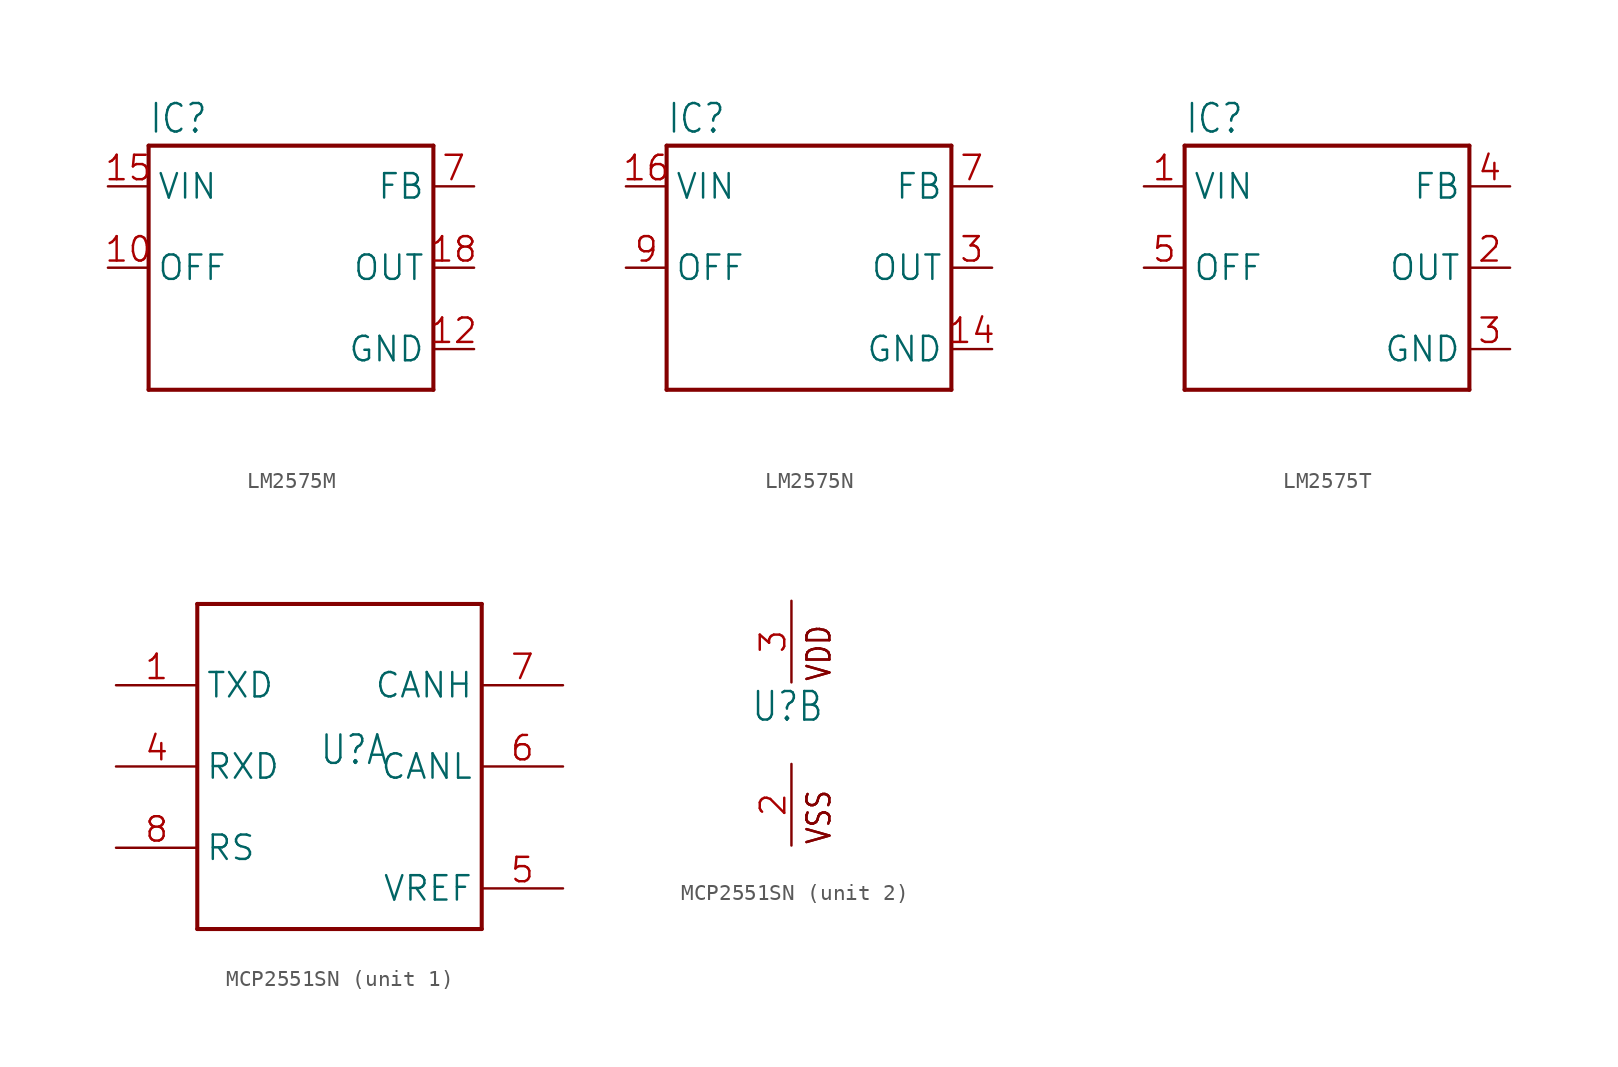
<source format=kicad_sym>
(kicad_symbol_lib
  (version 20241209)
  (generator "kicad_symbol_editor")
  (generator_version "9.0")
  (symbol "LM2575M"
    (property "Reference" "IC"
      (at -7.62 8.28 0)
      (effects (font (size 1.778 1.511)) (justify left bottom)))
    (property "Value" ""
      (at -7.62 -10.16 0)
      (effects (font (size 1.778 1.511)) (justify left bottom)))
    (property "ki_locked" ""
      (at 0 0 0)
      (effects (font (size 1.27 1.27))))
    (symbol "LM2575M_1_0"
      (polyline (pts (xy -7.62 7.62) (xy -7.62 -7.62)) (stroke (width 0.254) (type solid)) (fill (type none)))
      (polyline (pts (xy -7.62 -7.62) (xy 10.16 -7.62)) (stroke (width 0.254) (type solid)) (fill (type none)))
      (polyline (pts (xy 10.16 7.62) (xy -7.62 7.62)) (stroke (width 0.254) (type solid)) (fill (type none)))
      (polyline (pts (xy 10.16 -7.62) (xy 10.16 7.62)) (stroke (width 0.254) (type solid)) (fill (type none)))
      (pin power_in line (at -10.16 5.08 0) (length 2.54) (name "VIN" (effects (font (size 1.524 1.524)))) (number "15" (effects (font (size 1.524 1.524)))))
      (pin input line (at -10.16 0 0) (length 2.54) (name "OFF" (effects (font (size 1.524 1.524)))) (number "10" (effects (font (size 1.524 1.524)))))
      (pin input line (at 12.7 5.08 180) (length 2.54) (name "FB" (effects (font (size 1.524 1.524)))) (number "7" (effects (font (size 1.524 1.524)))))
      (pin output line (at 12.7 0 180) (length 2.54) (name "OUT" (effects (font (size 1.524 1.524)))) (number "18" (effects (font (size 1.524 1.524)))))
      (pin power_in line (at 12.7 -5.08 180) (length 2.54) (name "GND" (effects (font (size 1.524 1.524)))) (number "12" (effects (font (size 1.524 1.524)))))))
  (symbol "LM2575N"
    (property "Reference" "IC"
      (at -7.62 8.28 0)
      (effects (font (size 1.778 1.511)) (justify left bottom)))
    (property "Value" ""
      (at -7.62 -10.16 0)
      (effects (font (size 1.778 1.511)) (justify left bottom)))
    (property "ki_locked" ""
      (at 0 0 0)
      (effects (font (size 1.27 1.27))))
    (symbol "LM2575N_1_0"
      (polyline (pts (xy -7.62 7.62) (xy -7.62 -7.62)) (stroke (width 0.254) (type solid)) (fill (type none)))
      (polyline (pts (xy -7.62 -7.62) (xy 10.16 -7.62)) (stroke (width 0.254) (type solid)) (fill (type none)))
      (polyline (pts (xy 10.16 7.62) (xy -7.62 7.62)) (stroke (width 0.254) (type solid)) (fill (type none)))
      (polyline (pts (xy 10.16 -7.62) (xy 10.16 7.62)) (stroke (width 0.254) (type solid)) (fill (type none)))
      (pin power_in line (at -10.16 5.08 0) (length 2.54) (name "VIN" (effects (font (size 1.524 1.524)))) (number "16" (effects (font (size 1.524 1.524)))))
      (pin input line (at -10.16 0 0) (length 2.54) (name "OFF" (effects (font (size 1.524 1.524)))) (number "9" (effects (font (size 1.524 1.524)))))
      (pin input line (at 12.7 5.08 180) (length 2.54) (name "FB" (effects (font (size 1.524 1.524)))) (number "7" (effects (font (size 1.524 1.524)))))
      (pin output line (at 12.7 0 180) (length 2.54) (name "OUT" (effects (font (size 1.524 1.524)))) (number "3" (effects (font (size 1.524 1.524)))))
      (pin power_in line (at 12.7 -5.08 180) (length 2.54) (name "GND" (effects (font (size 1.524 1.524)))) (number "14" (effects (font (size 1.524 1.524)))))))
  (symbol "LM2575T"
    (property "Reference" "IC"
      (at -7.62 8.28 0)
      (effects (font (size 1.778 1.511)) (justify left bottom)))
    (property "Value" ""
      (at -7.62 -10.16 0)
      (effects (font (size 1.778 1.511)) (justify left bottom)))
    (property "ki_locked" ""
      (at 0 0 0)
      (effects (font (size 1.27 1.27))))
    (symbol "LM2575T_1_0"
      (polyline (pts (xy -7.62 7.62) (xy -7.62 -7.62)) (stroke (width 0.254) (type solid)) (fill (type none)))
      (polyline (pts (xy -7.62 -7.62) (xy 10.16 -7.62)) (stroke (width 0.254) (type solid)) (fill (type none)))
      (polyline (pts (xy 10.16 7.62) (xy -7.62 7.62)) (stroke (width 0.254) (type solid)) (fill (type none)))
      (polyline (pts (xy 10.16 -7.62) (xy 10.16 7.62)) (stroke (width 0.254) (type solid)) (fill (type none)))
      (pin power_in line (at -10.16 5.08 0) (length 2.54) (name "VIN" (effects (font (size 1.524 1.524)))) (number "1" (effects (font (size 1.524 1.524)))))
      (pin input line (at -10.16 0 0) (length 2.54) (name "OFF" (effects (font (size 1.524 1.524)))) (number "5" (effects (font (size 1.524 1.524)))))
      (pin input line (at 12.7 5.08 180) (length 2.54) (name "FB" (effects (font (size 1.524 1.524)))) (number "4" (effects (font (size 1.524 1.524)))))
      (pin output line (at 12.7 0 180) (length 2.54) (name "OUT" (effects (font (size 1.524 1.524)))) (number "2" (effects (font (size 1.524 1.524)))))
      (pin power_in line (at 12.7 -5.08 180) (length 2.54) (name "GND" (effects (font (size 1.524 1.524)))) (number "3" (effects (font (size 1.524 1.524)))))))
  (symbol "MCP2551SN"
    (property "Reference" "U"
      (at -2.54 0 0)
      (effects (font (size 1.778 1.511)) (justify left bottom)))
    (property "ki_locked" ""
      (at 0 0 0)
      (effects (font (size 1.27 1.27))))
    (symbol "MCP2551SN_1_0"
      (polyline (pts (xy -10.16 10.16) (xy -10.16 -10.16)) (stroke (width 0.254) (type solid)) (fill (type none)))
      (polyline (pts (xy -10.16 -10.16) (xy 7.62 -10.16)) (stroke (width 0.254) (type solid)) (fill (type none)))
      (polyline (pts (xy 7.62 10.16) (xy -10.16 10.16)) (stroke (width 0.254) (type solid)) (fill (type none)))
      (polyline (pts (xy 7.62 -10.16) (xy 7.62 10.16)) (stroke (width 0.254) (type solid)) (fill (type none)))
      (pin input line (at -15.24 5.08 0) (length 5.08) (name "TXD" (effects (font (size 1.524 1.524)))) (number "1" (effects (font (size 1.524 1.524)))))
      (pin output line (at -15.24 0 0) (length 5.08) (name "RXD" (effects (font (size 1.524 1.524)))) (number "4" (effects (font (size 1.524 1.524)))))
      (pin input line (at -15.24 -5.08 0) (length 5.08) (name "RS" (effects (font (size 1.524 1.524)))) (number "8" (effects (font (size 1.524 1.524)))))
      (pin bidirectional line (at 12.7 5.08 180) (length 5.08) (name "CANH" (effects (font (size 1.524 1.524)))) (number "7" (effects (font (size 1.524 1.524)))))
      (pin bidirectional line (at 12.7 0 180) (length 5.08) (name "CANL" (effects (font (size 1.524 1.524)))) (number "6" (effects (font (size 1.524 1.524)))))
      (pin power_in line (at 12.7 -7.62 180) (length 5.08) (name "VREF" (effects (font (size 1.524 1.524)))) (number "5" (effects (font (size 1.524 1.524))))))
    (symbol "MCP2551SN_2_0"
      (text "VDD" (at 2.54 2.54 900) (effects (font (size 1.422 1.209)) (justify left bottom)))
      (text "VDD" (at 2.54 2.54 900) (effects (font (size 1.422 1.209)) (justify left bottom)))
      (text "VSS" (at 2.54 -7.62 900) (effects (font (size 1.422 1.209)) (justify left bottom)))
      (text "VSS" (at 2.54 -7.62 900) (effects (font (size 1.422 1.209)) (justify left bottom)))
      (pin power_in line (at 0 7.62 270) (length 5.08) (name "VDD" (effects (font (size 0 0)))) (number "3" (effects (font (size 1.524 1.524)))))
      (pin power_in line (at 0 -7.62 90) (length 5.08) (name "VSS" (effects (font (size 0 0)))) (number "2" (effects (font (size 1.524 1.524))))))))
</source>
